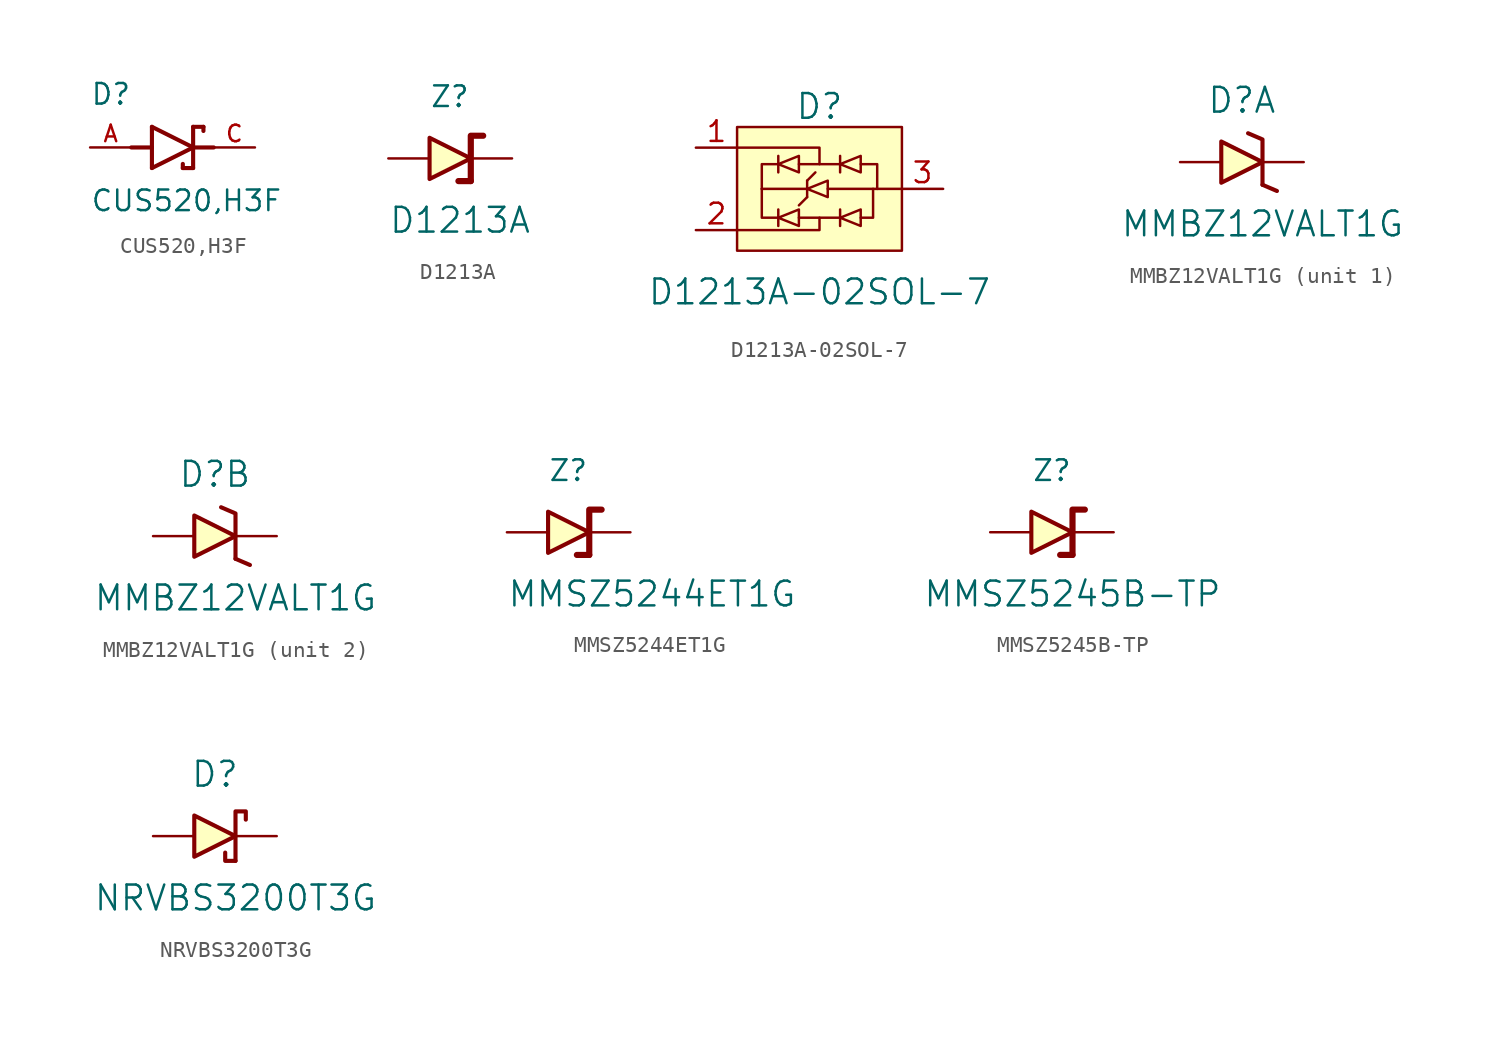
<source format=kicad_sym>
(kicad_symbol_lib
  (version 20220914)
  (generator kicad_symbol_editor)
  (symbol "CUS520,H3F"
    (pin_names
      (offset 1.016))
    (property "Reference" "D"
      (at -5.08 2.54 0)
      (effects (font (size 1.27 1.27)) (justify left bottom)))
    (property "Value" "CUS520,H3F"
      (at -5.08 -2.54 0)
      (effects (font (size 1.27 1.27)) (justify left top)))
    (symbol "CUS520,H3F_0_0"
      (polyline (pts (xy -2.54 0) (xy -1.27 0)) (stroke (width 0.254) (type default)) (fill (type none)))
      (polyline (pts (xy -1.27 -1.27) (xy 1.27 0)) (stroke (width 0.254) (type default)) (fill (type none)))
      (polyline (pts (xy -1.27 0) (xy -1.27 -1.27)) (stroke (width 0.254) (type default)) (fill (type none)))
      (polyline (pts (xy -1.27 1.27) (xy -1.27 0)) (stroke (width 0.254) (type default)) (fill (type none)))
      (polyline (pts (xy 0.635 -1.016) (xy 0.635 -1.27)) (stroke (width 0.254) (type default)) (fill (type none)))
      (polyline (pts (xy 1.27 -1.27) (xy 0.635 -1.27)) (stroke (width 0.254) (type default)) (fill (type none)))
      (polyline (pts (xy 1.27 0) (xy -1.27 1.27)) (stroke (width 0.254) (type default)) (fill (type none)))
      (polyline (pts (xy 1.27 0) (xy 1.27 -1.27)) (stroke (width 0.254) (type default)) (fill (type none)))
      (polyline (pts (xy 1.27 1.27) (xy 1.27 0)) (stroke (width 0.254) (type default)) (fill (type none)))
      (polyline (pts (xy 1.905 1.27) (xy 1.27 1.27)) (stroke (width 0.254) (type default)) (fill (type none)))
      (polyline (pts (xy 1.905 1.27) (xy 1.905 1.016)) (stroke (width 0.254) (type default)) (fill (type none)))
      (polyline (pts (xy 2.54 0) (xy 1.27 0)) (stroke (width 0.254) (type default)) (fill (type none)))
      (pin passive line (at -5.08 0 0) (length 2.54) (name "~" (effects (font (size 1.016 1.016)))) (number "A" (effects (font (size 1.016 1.016)))))
      (pin passive line (at 5.08 0 180) (length 2.54) (name "~" (effects (font (size 1.016 1.016)))) (number "C" (effects (font (size 1.016 1.016)))))))
  (symbol "D1213A"
    (pin_numbers hide)
    (pin_names
      (offset 0) hide)
    (property "Reference" "Z"
      (at -1.27 3.81 0)
      (effects (font (size 1.27 1.27)) (justify left)))
    (property "Value" "D1213A"
      (at -3.81 -3.81 0)
      (effects (font (size 1.524 1.524)) (justify left)))
    (symbol "D1213A_0_1"
      (polyline (pts (xy 1.27 -1.397) (xy 0.508 -1.397)) (stroke (width 0.381) (type default)) (fill (type none)))
      (polyline (pts (xy 1.27 -1.397) (xy 1.27 1.397) (xy 2.032 1.397)) (stroke (width 0.381) (type default)) (fill (type none)))
      (polyline (pts (xy -1.27 1.27) (xy -1.27 -1.27) (xy 1.27 0) (xy -1.27 1.27)) (stroke (width 0.254) (type default)) (fill (type background))))
    (symbol "D1213A_1_1"
      (pin input line (at 3.81 0 180) (length 2.54) (name "Cathode" (effects (font (size 1.27 1.27)))) (number "1" (effects (font (size 1.27 1.27)))))
      (pin input line (at -3.81 0 0) (length 2.54) (name "Anode" (effects (font (size 1.27 1.27)))) (number "2" (effects (font (size 1.27 1.27)))))))
  (symbol "D1213A-02SOL-7"
    (pin_names
      (offset 0) hide)
    (property "Reference" "D"
      (at 0 5.08 0)
      (effects (font (size 1.524 1.524))))
    (property "Value" "D1213A-02SOL-7"
      (at 0 -6.35 0)
      (effects (font (size 1.524 1.524))))
    (symbol "D1213A-02SOL-7_0_1"
      (rectangle (start -5.08 -3.81) (end 5.08 3.81) (stroke (width 0) (type default)) (fill (type background)))
      (polyline (pts (xy -3.556 0) (xy -0.762 0)) (stroke (width 0) (type default)) (fill (type none)))
      (polyline (pts (xy -2.54 -2.286) (xy -2.54 -1.27)) (stroke (width 0) (type default)) (fill (type none)))
      (polyline (pts (xy -2.54 1.016) (xy -2.54 2.032)) (stroke (width 0) (type default)) (fill (type none)))
      (polyline (pts (xy -1.27 -1.778) (xy 1.27 -1.778)) (stroke (width 0) (type default)) (fill (type none)))
      (polyline (pts (xy -1.27 1.524) (xy 1.27 1.524)) (stroke (width 0) (type default)) (fill (type none)))
      (polyline (pts (xy -0.762 -0.508) (xy -1.27 -1.016)) (stroke (width 0) (type default)) (fill (type none)))
      (polyline (pts (xy -0.762 -0.508) (xy -0.762 0.508)) (stroke (width 0) (type default)) (fill (type none)))
      (polyline (pts (xy -0.762 0.508) (xy -0.254 1.016)) (stroke (width 0) (type default)) (fill (type none)))
      (polyline (pts (xy 0.508 0) (xy 3.556 0)) (stroke (width 0) (type default)) (fill (type none)))
      (polyline (pts (xy 1.27 -2.286) (xy 1.27 -1.27)) (stroke (width 0) (type default)) (fill (type none)))
      (polyline (pts (xy 1.27 1.016) (xy 1.27 2.032)) (stroke (width 0) (type default)) (fill (type none)))
      (polyline (pts (xy 3.556 0) (xy 5.08 0)) (stroke (width 0) (type default)) (fill (type none)))
      (polyline (pts (xy -5.08 -2.54) (xy 0 -2.54) (xy 0 -1.778)) (stroke (width 0) (type default)) (fill (type none)))
      (polyline (pts (xy -5.08 2.54) (xy 0 2.54) (xy 0 1.524)) (stroke (width 0) (type default)) (fill (type none)))
      (polyline (pts (xy -3.556 0) (xy -3.556 -1.778) (xy -2.54 -1.778)) (stroke (width 0) (type default)) (fill (type none)))
      (polyline (pts (xy -3.556 0) (xy -3.556 1.524) (xy -2.54 1.524)) (stroke (width 0) (type default)) (fill (type none)))
      (polyline (pts (xy 2.54 -1.778) (xy 3.302 -1.778) (xy 3.302 0)) (stroke (width 0) (type default)) (fill (type none)))
      (polyline (pts (xy 2.54 1.524) (xy 3.556 1.524) (xy 3.556 0)) (stroke (width 0) (type default)) (fill (type none))))
    (symbol "D1213A-02SOL-7_1_1"
      (polyline (pts (xy -1.27 -1.27) (xy -1.27 -2.286) (xy -2.54 -1.778) (xy -1.27 -1.27)) (stroke (width 0) (type default)) (fill (type none)))
      (polyline (pts (xy -1.27 2.032) (xy -1.27 1.016) (xy -2.54 1.524) (xy -1.27 2.032)) (stroke (width 0) (type default)) (fill (type none)))
      (polyline (pts (xy 0.508 0.508) (xy 0.508 -0.508) (xy -0.762 0) (xy 0.508 0.508)) (stroke (width 0) (type default)) (fill (type none)))
      (polyline (pts (xy 2.54 -1.27) (xy 2.54 -2.286) (xy 1.27 -1.778) (xy 2.54 -1.27)) (stroke (width 0) (type default)) (fill (type none)))
      (polyline (pts (xy 2.54 2.032) (xy 2.54 1.016) (xy 1.27 1.524) (xy 2.54 2.032)) (stroke (width 0) (type default)) (fill (type none)))
      (pin input line (at -7.62 2.54 0) (length 2.54) (name "CH1" (effects (font (size 1.27 1.27)))) (number "1" (effects (font (size 1.27 1.27)))))
      (pin input line (at -7.62 -2.54 0) (length 2.54) (name "CH2" (effects (font (size 1.27 1.27)))) (number "2" (effects (font (size 1.27 1.27)))))
      (pin input line (at 7.62 0 180) (length 2.54) (name "GND" (effects (font (size 1.27 1.27)))) (number "3" (effects (font (size 1.27 1.27)))))))
  (symbol "MMBZ12VALT1G"
    (pin_numbers hide)
    (pin_names
      (offset 0) hide)
    (property "Reference" "D"
      (at -1.27 3.81 0)
      (effects (font (size 1.524 1.524))))
    (property "Value" "MMBZ12VALT1G"
      (at 0 -3.81 0)
      (effects (font (size 1.524 1.524))))
    (symbol "MMBZ12VALT1G_0_1"
      (polyline (pts (xy 0 -1.397) (xy 0.889 -1.778)) (stroke (width 0.254) (type default)) (fill (type none)))
      (polyline (pts (xy 0 -1.397) (xy 0 1.397) (xy -0.889 1.778)) (stroke (width 0.254) (type default)) (fill (type none)))
      (polyline (pts (xy -2.54 1.27) (xy -2.54 -1.27) (xy 0 0) (xy -2.54 1.27)) (stroke (width 0.254) (type default)) (fill (type background))))
    (symbol "MMBZ12VALT1G_1_1"
      (pin input line (at 2.54 0 180) (length 2.54) (name "Cathode" (effects (font (size 1.27 1.27)))) (number "1" (effects (font (size 1.27 1.27)))))
      (pin passive line (at -5.08 0 0) (length 2.54) (name "Anode" (effects (font (size 1.27 1.27)))) (number "3" (effects (font (size 1.27 1.27))))))
    (symbol "MMBZ12VALT1G_2_1"
      (pin input line (at 2.54 0 180) (length 2.54) (name "Cathode" (effects (font (size 1.27 1.27)))) (number "2" (effects (font (size 1.27 1.27)))))
      (pin passive line (at -5.08 0 0) (length 2.54) (name "Anode" (effects (font (size 1.27 1.27)))) (number "3" (effects (font (size 1.27 1.27)))))))
  (symbol "MMSZ5244ET1G"
    (pin_numbers hide)
    (pin_names
      (offset 0) hide)
    (property "Reference" "Z"
      (at -1.27 3.81 0)
      (effects (font (size 1.27 1.27)) (justify left)))
    (property "Value" "MMSZ5244ET1G"
      (at -3.81 -3.81 0)
      (effects (font (size 1.524 1.524)) (justify left)))
    (symbol "MMSZ5244ET1G_0_1"
      (polyline (pts (xy 1.27 -1.397) (xy 0.508 -1.397)) (stroke (width 0.381) (type default)) (fill (type none)))
      (polyline (pts (xy 1.27 -1.397) (xy 1.27 1.397) (xy 2.032 1.397)) (stroke (width 0.381) (type default)) (fill (type none)))
      (polyline (pts (xy -1.27 1.27) (xy -1.27 -1.27) (xy 1.27 0) (xy -1.27 1.27)) (stroke (width 0.254) (type default)) (fill (type background))))
    (symbol "MMSZ5244ET1G_1_1"
      (pin input line (at 3.81 0 180) (length 2.54) (name "Cathode" (effects (font (size 1.27 1.27)))) (number "1" (effects (font (size 1.27 1.27)))))
      (pin input line (at -3.81 0 0) (length 2.54) (name "Anode" (effects (font (size 1.27 1.27)))) (number "2" (effects (font (size 1.27 1.27)))))))
  (symbol "MMSZ5245B-TP"
    (pin_numbers hide)
    (pin_names
      (offset 0) hide)
    (property "Reference" "Z"
      (at -1.27 3.81 0)
      (effects (font (size 1.27 1.27))))
    (property "Value" "MMSZ5245B-TP"
      (at 0 -3.81 0)
      (effects (font (size 1.524 1.524))))
    (symbol "MMSZ5245B-TP_0_1"
      (polyline (pts (xy 0 -1.397) (xy -0.762 -1.397)) (stroke (width 0.381) (type default)) (fill (type none)))
      (polyline (pts (xy 0 -1.397) (xy 0 1.397) (xy 0.762 1.397)) (stroke (width 0.381) (type default)) (fill (type none)))
      (polyline (pts (xy -2.54 1.27) (xy -2.54 -1.27) (xy 0 0) (xy -2.54 1.27)) (stroke (width 0.254) (type default)) (fill (type background))))
    (symbol "MMSZ5245B-TP_1_1"
      (pin input line (at 2.54 0 180) (length 2.54) (name "Cathode" (effects (font (size 1.27 1.27)))) (number "1" (effects (font (size 1.27 1.27)))))
      (pin input line (at -5.08 0 0) (length 2.54) (name "Anode" (effects (font (size 1.27 1.27)))) (number "2" (effects (font (size 1.27 1.27)))))))
  (symbol "NRVBS3200T3G"
    (pin_numbers hide)
    (pin_names
      (offset 0) hide)
    (property "Reference" "D"
      (at -1.27 3.81 0)
      (effects (font (size 1.524 1.524))))
    (property "Value" "NRVBS3200T3G"
      (at 0 -3.81 0)
      (effects (font (size 1.524 1.524))))
    (symbol "NRVBS3200T3G_0_1"
      (polyline (pts (xy 0 -1.524) (xy -0.635 -1.524) (xy -0.635 -1.016)) (stroke (width 0.254) (type default)) (fill (type none)))
      (polyline (pts (xy -2.54 1.27) (xy -2.54 -1.27) (xy 0 0) (xy -2.54 1.27)) (stroke (width 0.254) (type default)) (fill (type background)))
      (polyline (pts (xy 0 -1.524) (xy 0 1.524) (xy 0.635 1.524) (xy 0.635 1.016)) (stroke (width 0.254) (type default)) (fill (type none))))
    (symbol "NRVBS3200T3G_1_1"
      (pin input line (at 2.54 0 180) (length 2.54) (name "Cathode" (effects (font (size 1.27 1.27)))) (number "1" (effects (font (size 1.27 1.27)))))
      (pin input line (at -5.08 0 0) (length 2.54) (name "Anode" (effects (font (size 1.27 1.27)))) (number "2" (effects (font (size 1.27 1.27))))))))
</source>
